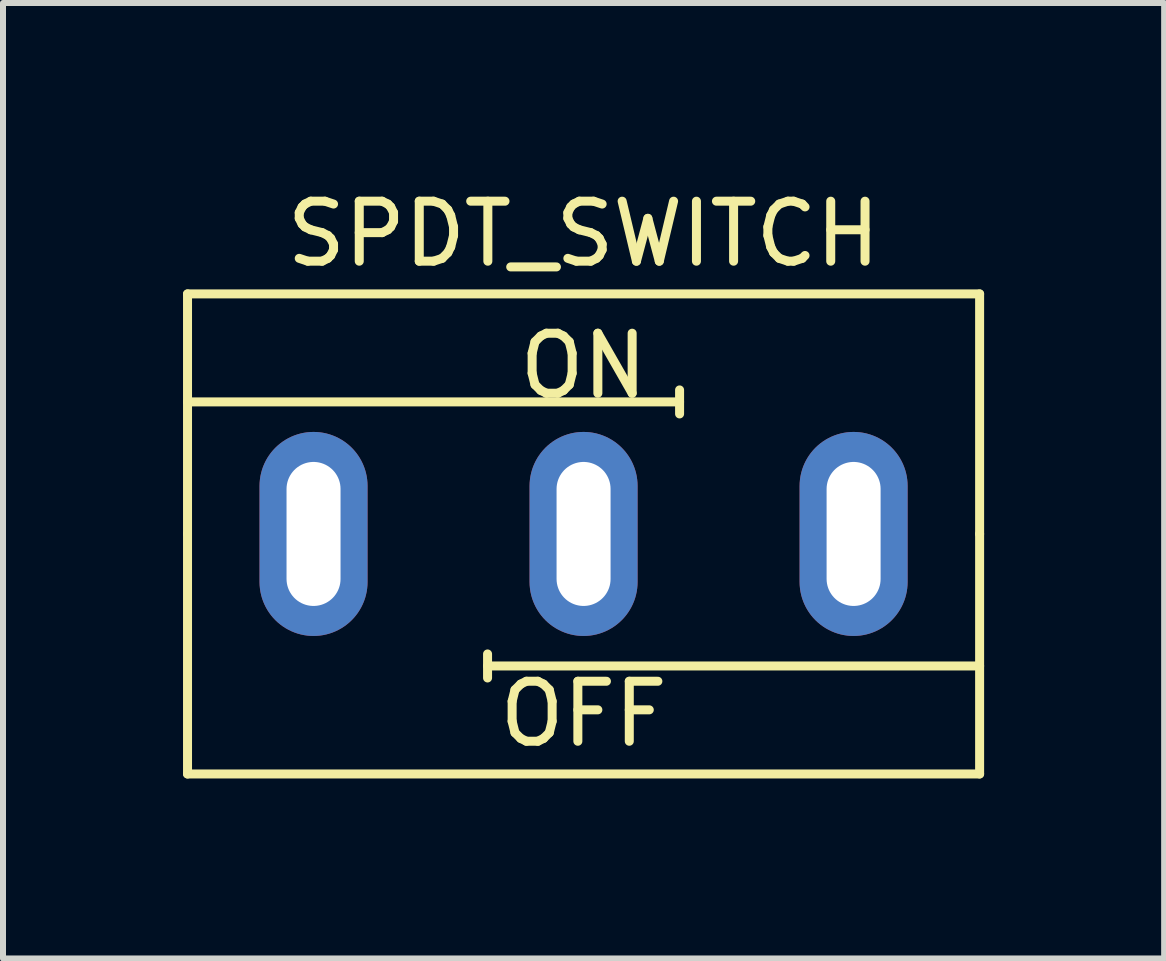
<source format=kicad_pcb>
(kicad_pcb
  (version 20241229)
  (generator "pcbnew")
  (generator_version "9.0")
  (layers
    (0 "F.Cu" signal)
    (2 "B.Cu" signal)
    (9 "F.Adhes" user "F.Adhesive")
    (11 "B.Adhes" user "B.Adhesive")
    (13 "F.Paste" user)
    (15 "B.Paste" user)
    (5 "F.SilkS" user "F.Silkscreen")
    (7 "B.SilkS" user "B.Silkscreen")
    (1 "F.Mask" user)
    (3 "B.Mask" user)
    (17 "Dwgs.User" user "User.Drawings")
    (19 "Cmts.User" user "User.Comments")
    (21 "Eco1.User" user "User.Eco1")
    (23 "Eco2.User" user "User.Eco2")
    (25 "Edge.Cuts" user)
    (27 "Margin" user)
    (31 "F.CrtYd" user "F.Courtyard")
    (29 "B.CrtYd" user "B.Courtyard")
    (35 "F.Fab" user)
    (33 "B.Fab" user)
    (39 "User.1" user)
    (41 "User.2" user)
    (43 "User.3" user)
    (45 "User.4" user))
  (footprint "SPDT_SWITCH"
    (layer "F.Cu")
    (at 6.675 5.848)
    (property "Reference" "SPDT_SWITCH" (at 0 -5 0) (layer "F.SilkS") (effects (font (size 1 1) (thickness 0.15))))
    (attr through_hole)
    (fp_line (start -6.6 -4) (end 6.6 -4) (stroke (width 0.15) (type solid)) (layer "F.SilkS"))
    (fp_line (start -6.6 -2.2) (end 1.6 -2.2) (stroke (width 0.15) (type solid)) (layer "F.SilkS"))
    (fp_line (start -6.6 0) (end -6.6 -4) (stroke (width 0.15) (type solid)) (layer "F.SilkS"))
    (fp_line (start -6.6 4) (end -6.6 0) (stroke (width 0.15) (type solid)) (layer "F.SilkS"))
    (fp_line (start -6.6 4) (end 6.6 4) (stroke (width 0.15) (type solid)) (layer "F.SilkS"))
    (fp_line (start -1.6 2) (end -1.6 2.4) (stroke (width 0.15) (type solid)) (layer "F.SilkS"))
    (fp_line (start -1.6 2.2) (end 6.6 2.2) (stroke (width 0.15) (type solid)) (layer "F.SilkS"))
    (fp_line (start 1.6 -2.4) (end 1.6 -2) (stroke (width 0.15) (type solid)) (layer "F.SilkS"))
    (fp_line (start 6.6 0) (end 6.6 -4) (stroke (width 0.15) (type solid)) (layer "F.SilkS"))
    (fp_line (start 6.6 4) (end 6.6 0) (stroke (width 0.15) (type solid)) (layer "F.SilkS"))
    (fp_text user "OFF" (at 0 3 0) (layer "F.SilkS") (effects (font (size 1 1) (thickness 0.15))))
    (fp_text user "ON" (at 0 -2.8 0) (layer "F.SilkS") (effects (font (size 1 1) (thickness 0.15))))
    (pad "1" thru_hole oval (at 4.5 0) (size 1.8 3.4) (drill oval 0.9 2.4) (layers "*.Cu" "*.Mask"))
    (pad "2" thru_hole oval (at 0 0) (size 1.8 3.4) (drill oval 0.9 2.4) (layers "*.Cu" "*.Mask"))
    (pad "3" thru_hole oval (at -4.5 0) (size 1.8 3.4) (drill oval 0.9 2.4) (layers "*.Cu" "*.Mask")))
  (gr_rect
    (start -3 -3)
    (end 16.35 12.923)
    (stroke (width 0.1) (type default))
    (fill no)
    (layer "Edge.Cuts")))
</source>
